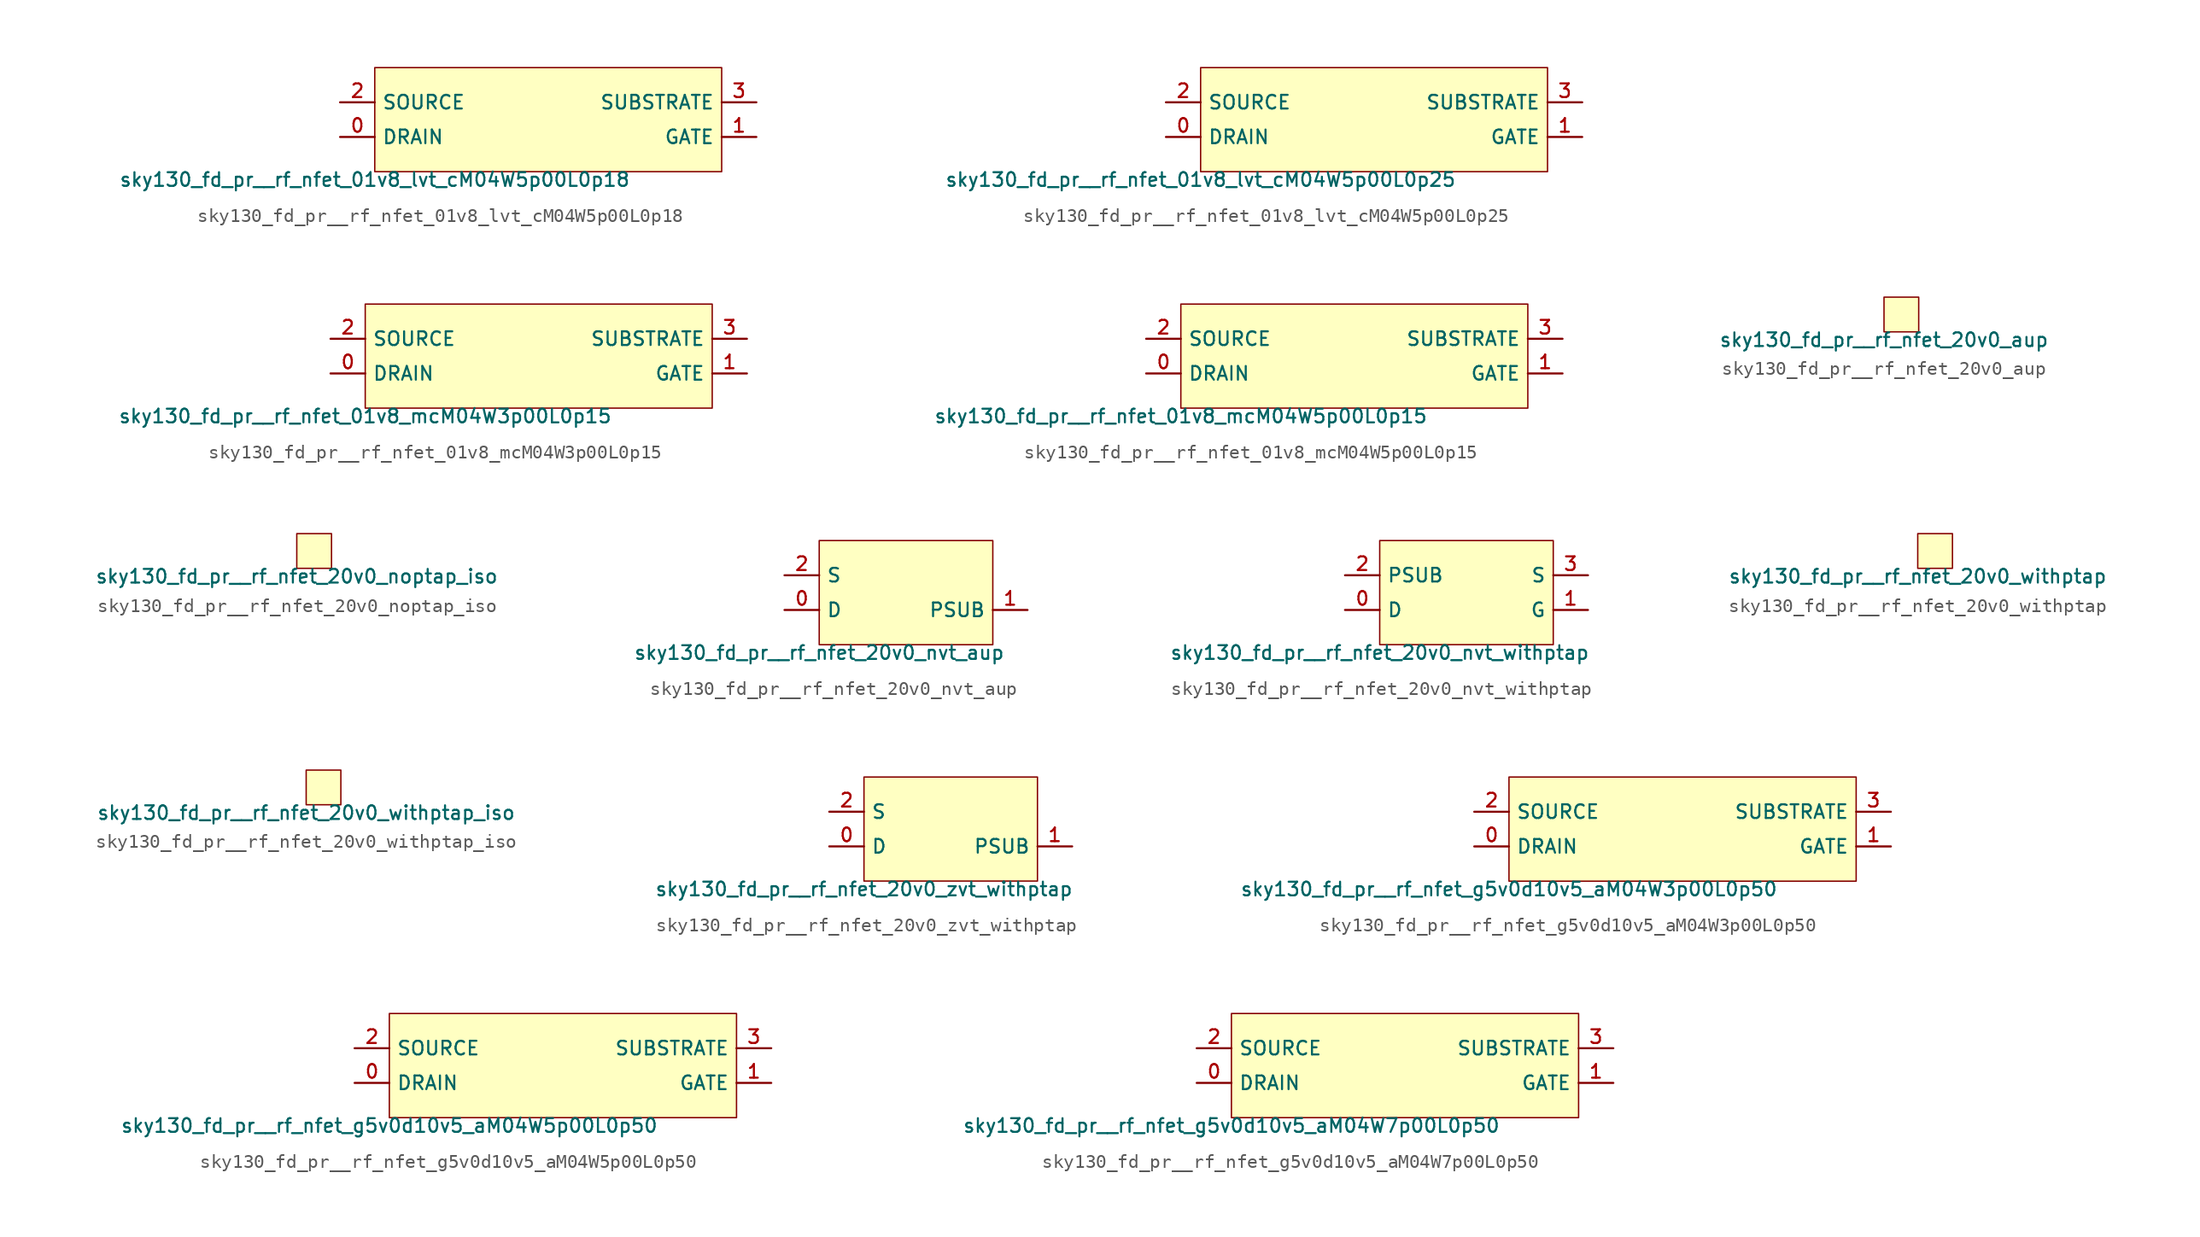
<source format=kicad_sym>
(kicad_symbol_lib
  (version 20211014)
  (generator lef2kicad_sym)
  (symbol "sky130_fd_pr__rf_nfet_01v8_lvt_cM04W5p00L0p18"
    (property "Reference" "X"
      (at 0 0 0)
      (effects (font (size 1 1)) hide))
    (property "Value" "sky130_fd_pr__rf_nfet_01v8_lvt_cM04W5p00L0p18"
      (at -12.7 -3.81 0)
      (effects (font (size 1 1)) (justify top)))
    (rectangle
      (start -12.7 -3.81)
      (end 12.7 3.81)
      (stroke (width 0.1) (type solid) (color 0 0 0 0))
      (fill (type background)))
    (pin bidirectional line
      (at -15.24 -1.27 0)
      (length 2.54)
      (name "DRAIN" (effects (font (size 1 1)) hide))
      (number "0" (effects (font (size 1 1)) hide)))
    (pin bidirectional line
      (at 15.24 -1.27 180)
      (length 2.54)
      (name "GATE" (effects (font (size 1 1)) hide))
      (number "1" (effects (font (size 1 1)) hide)))
    (pin bidirectional line
      (at -15.24 1.27 0)
      (length 2.54)
      (name "SOURCE" (effects (font (size 1 1)) hide))
      (number "2" (effects (font (size 1 1)) hide)))
    (pin bidirectional line
      (at 15.24 1.27 180)
      (length 2.54)
      (name "SUBSTRATE" (effects (font (size 1 1)) hide))
      (number "3" (effects (font (size 1 1)) hide))))
  (symbol "sky130_fd_pr__rf_nfet_01v8_lvt_cM04W5p00L0p25"
    (property "Reference" "X"
      (at 0 0 0)
      (effects (font (size 1 1)) hide))
    (property "Value" "sky130_fd_pr__rf_nfet_01v8_lvt_cM04W5p00L0p25"
      (at -12.7 -3.81 0)
      (effects (font (size 1 1)) (justify top)))
    (rectangle
      (start -12.7 -3.81)
      (end 12.7 3.81)
      (stroke (width 0.1) (type solid) (color 0 0 0 0))
      (fill (type background)))
    (pin bidirectional line
      (at -15.24 -1.27 0)
      (length 2.54)
      (name "DRAIN" (effects (font (size 1 1)) hide))
      (number "0" (effects (font (size 1 1)) hide)))
    (pin bidirectional line
      (at 15.24 -1.27 180)
      (length 2.54)
      (name "GATE" (effects (font (size 1 1)) hide))
      (number "1" (effects (font (size 1 1)) hide)))
    (pin bidirectional line
      (at -15.24 1.27 0)
      (length 2.54)
      (name "SOURCE" (effects (font (size 1 1)) hide))
      (number "2" (effects (font (size 1 1)) hide)))
    (pin bidirectional line
      (at 15.24 1.27 180)
      (length 2.54)
      (name "SUBSTRATE" (effects (font (size 1 1)) hide))
      (number "3" (effects (font (size 1 1)) hide))))
  (symbol "sky130_fd_pr__rf_nfet_01v8_mcM04W3p00L0p15"
    (property "Reference" "X"
      (at 0 0 0)
      (effects (font (size 1 1)) hide))
    (property "Value" "sky130_fd_pr__rf_nfet_01v8_mcM04W3p00L0p15"
      (at -12.7 -3.81 0)
      (effects (font (size 1 1)) (justify top)))
    (rectangle
      (start -12.7 -3.81)
      (end 12.7 3.81)
      (stroke (width 0.1) (type solid) (color 0 0 0 0))
      (fill (type background)))
    (pin bidirectional line
      (at -15.24 -1.27 0)
      (length 2.54)
      (name "DRAIN" (effects (font (size 1 1)) hide))
      (number "0" (effects (font (size 1 1)) hide)))
    (pin bidirectional line
      (at 15.24 -1.27 180)
      (length 2.54)
      (name "GATE" (effects (font (size 1 1)) hide))
      (number "1" (effects (font (size 1 1)) hide)))
    (pin bidirectional line
      (at -15.24 1.27 0)
      (length 2.54)
      (name "SOURCE" (effects (font (size 1 1)) hide))
      (number "2" (effects (font (size 1 1)) hide)))
    (pin bidirectional line
      (at 15.24 1.27 180)
      (length 2.54)
      (name "SUBSTRATE" (effects (font (size 1 1)) hide))
      (number "3" (effects (font (size 1 1)) hide))))
  (symbol "sky130_fd_pr__rf_nfet_01v8_mcM04W5p00L0p15"
    (property "Reference" "X"
      (at 0 0 0)
      (effects (font (size 1 1)) hide))
    (property "Value" "sky130_fd_pr__rf_nfet_01v8_mcM04W5p00L0p15"
      (at -12.7 -3.81 0)
      (effects (font (size 1 1)) (justify top)))
    (rectangle
      (start -12.7 -3.81)
      (end 12.7 3.81)
      (stroke (width 0.1) (type solid) (color 0 0 0 0))
      (fill (type background)))
    (pin bidirectional line
      (at -15.24 -1.27 0)
      (length 2.54)
      (name "DRAIN" (effects (font (size 1 1)) hide))
      (number "0" (effects (font (size 1 1)) hide)))
    (pin bidirectional line
      (at 15.24 -1.27 180)
      (length 2.54)
      (name "GATE" (effects (font (size 1 1)) hide))
      (number "1" (effects (font (size 1 1)) hide)))
    (pin bidirectional line
      (at -15.24 1.27 0)
      (length 2.54)
      (name "SOURCE" (effects (font (size 1 1)) hide))
      (number "2" (effects (font (size 1 1)) hide)))
    (pin bidirectional line
      (at 15.24 1.27 180)
      (length 2.54)
      (name "SUBSTRATE" (effects (font (size 1 1)) hide))
      (number "3" (effects (font (size 1 1)) hide))))
  (symbol "sky130_fd_pr__rf_nfet_20v0_aup"
    (property "Reference" "X"
      (at 0 0 0)
      (effects (font (size 1 1)) hide))
    (property "Value" "sky130_fd_pr__rf_nfet_20v0_aup"
      (at -1.27 -1.27 0)
      (effects (font (size 1 1)) (justify top)))
    (rectangle
      (start -1.27 -1.27)
      (end 1.27 1.27)
      (stroke (width 0.1) (type solid) (color 0 0 0 0))
      (fill (type background))))
  (symbol "sky130_fd_pr__rf_nfet_20v0_noptap_iso"
    (property "Reference" "X"
      (at 0 0 0)
      (effects (font (size 1 1)) hide))
    (property "Value" "sky130_fd_pr__rf_nfet_20v0_noptap_iso"
      (at -1.27 -1.27 0)
      (effects (font (size 1 1)) (justify top)))
    (rectangle
      (start -1.27 -1.27)
      (end 1.27 1.27)
      (stroke (width 0.1) (type solid) (color 0 0 0 0))
      (fill (type background))))
  (symbol "sky130_fd_pr__rf_nfet_20v0_nvt_aup"
    (property "Reference" "X"
      (at 0 0 0)
      (effects (font (size 1 1)) hide))
    (property "Value" "sky130_fd_pr__rf_nfet_20v0_nvt_aup"
      (at -6.35 -3.81 0)
      (effects (font (size 1 1)) (justify top)))
    (rectangle
      (start -6.35 -3.81)
      (end 6.35 3.81)
      (stroke (width 0.1) (type solid) (color 0 0 0 0))
      (fill (type background)))
    (pin bidirectional line
      (at -8.89 -1.27 0)
      (length 2.54)
      (name "D" (effects (font (size 1 1)) hide))
      (number "0" (effects (font (size 1 1)) hide)))
    (pin bidirectional line
      (at 8.89 -1.27 180)
      (length 2.54)
      (name "PSUB" (effects (font (size 1 1)) hide))
      (number "1" (effects (font (size 1 1)) hide)))
    (pin bidirectional line
      (at -8.89 1.27 0)
      (length 2.54)
      (name "S" (effects (font (size 1 1)) hide))
      (number "2" (effects (font (size 1 1)) hide))))
  (symbol "sky130_fd_pr__rf_nfet_20v0_nvt_withptap"
    (property "Reference" "X"
      (at 0 0 0)
      (effects (font (size 1 1)) hide))
    (property "Value" "sky130_fd_pr__rf_nfet_20v0_nvt_withptap"
      (at -6.35 -3.81 0)
      (effects (font (size 1 1)) (justify top)))
    (rectangle
      (start -6.35 -3.81)
      (end 6.35 3.81)
      (stroke (width 0.1) (type solid) (color 0 0 0 0))
      (fill (type background)))
    (pin bidirectional line
      (at -8.89 -1.27 0)
      (length 2.54)
      (name "D" (effects (font (size 1 1)) hide))
      (number "0" (effects (font (size 1 1)) hide)))
    (pin bidirectional line
      (at 8.89 -1.27 180)
      (length 2.54)
      (name "G" (effects (font (size 1 1)) hide))
      (number "1" (effects (font (size 1 1)) hide)))
    (pin bidirectional line
      (at -8.89 1.27 0)
      (length 2.54)
      (name "PSUB" (effects (font (size 1 1)) hide))
      (number "2" (effects (font (size 1 1)) hide)))
    (pin bidirectional line
      (at 8.89 1.27 180)
      (length 2.54)
      (name "S" (effects (font (size 1 1)) hide))
      (number "3" (effects (font (size 1 1)) hide))))
  (symbol "sky130_fd_pr__rf_nfet_20v0_withptap"
    (property "Reference" "X"
      (at 0 0 0)
      (effects (font (size 1 1)) hide))
    (property "Value" "sky130_fd_pr__rf_nfet_20v0_withptap"
      (at -1.27 -1.27 0)
      (effects (font (size 1 1)) (justify top)))
    (rectangle
      (start -1.27 -1.27)
      (end 1.27 1.27)
      (stroke (width 0.1) (type solid) (color 0 0 0 0))
      (fill (type background))))
  (symbol "sky130_fd_pr__rf_nfet_20v0_withptap_iso"
    (property "Reference" "X"
      (at 0 0 0)
      (effects (font (size 1 1)) hide))
    (property "Value" "sky130_fd_pr__rf_nfet_20v0_withptap_iso"
      (at -1.27 -1.27 0)
      (effects (font (size 1 1)) (justify top)))
    (rectangle
      (start -1.27 -1.27)
      (end 1.27 1.27)
      (stroke (width 0.1) (type solid) (color 0 0 0 0))
      (fill (type background))))
  (symbol "sky130_fd_pr__rf_nfet_20v0_zvt_withptap"
    (property "Reference" "X"
      (at 0 0 0)
      (effects (font (size 1 1)) hide))
    (property "Value" "sky130_fd_pr__rf_nfet_20v0_zvt_withptap"
      (at -6.35 -3.81 0)
      (effects (font (size 1 1)) (justify top)))
    (rectangle
      (start -6.35 -3.81)
      (end 6.35 3.81)
      (stroke (width 0.1) (type solid) (color 0 0 0 0))
      (fill (type background)))
    (pin bidirectional line
      (at -8.89 -1.27 0)
      (length 2.54)
      (name "D" (effects (font (size 1 1)) hide))
      (number "0" (effects (font (size 1 1)) hide)))
    (pin bidirectional line
      (at 8.89 -1.27 180)
      (length 2.54)
      (name "PSUB" (effects (font (size 1 1)) hide))
      (number "1" (effects (font (size 1 1)) hide)))
    (pin bidirectional line
      (at -8.89 1.27 0)
      (length 2.54)
      (name "S" (effects (font (size 1 1)) hide))
      (number "2" (effects (font (size 1 1)) hide))))
  (symbol "sky130_fd_pr__rf_nfet_g5v0d10v5_aM04W3p00L0p50"
    (property "Reference" "X"
      (at 0 0 0)
      (effects (font (size 1 1)) hide))
    (property "Value" "sky130_fd_pr__rf_nfet_g5v0d10v5_aM04W3p00L0p50"
      (at -12.7 -3.81 0)
      (effects (font (size 1 1)) (justify top)))
    (rectangle
      (start -12.7 -3.81)
      (end 12.7 3.81)
      (stroke (width 0.1) (type solid) (color 0 0 0 0))
      (fill (type background)))
    (pin bidirectional line
      (at -15.24 -1.27 0)
      (length 2.54)
      (name "DRAIN" (effects (font (size 1 1)) hide))
      (number "0" (effects (font (size 1 1)) hide)))
    (pin bidirectional line
      (at 15.24 -1.27 180)
      (length 2.54)
      (name "GATE" (effects (font (size 1 1)) hide))
      (number "1" (effects (font (size 1 1)) hide)))
    (pin bidirectional line
      (at -15.24 1.27 0)
      (length 2.54)
      (name "SOURCE" (effects (font (size 1 1)) hide))
      (number "2" (effects (font (size 1 1)) hide)))
    (pin bidirectional line
      (at 15.24 1.27 180)
      (length 2.54)
      (name "SUBSTRATE" (effects (font (size 1 1)) hide))
      (number "3" (effects (font (size 1 1)) hide))))
  (symbol "sky130_fd_pr__rf_nfet_g5v0d10v5_aM04W5p00L0p50"
    (property "Reference" "X"
      (at 0 0 0)
      (effects (font (size 1 1)) hide))
    (property "Value" "sky130_fd_pr__rf_nfet_g5v0d10v5_aM04W5p00L0p50"
      (at -12.7 -3.81 0)
      (effects (font (size 1 1)) (justify top)))
    (rectangle
      (start -12.7 -3.81)
      (end 12.7 3.81)
      (stroke (width 0.1) (type solid) (color 0 0 0 0))
      (fill (type background)))
    (pin bidirectional line
      (at -15.24 -1.27 0)
      (length 2.54)
      (name "DRAIN" (effects (font (size 1 1)) hide))
      (number "0" (effects (font (size 1 1)) hide)))
    (pin bidirectional line
      (at 15.24 -1.27 180)
      (length 2.54)
      (name "GATE" (effects (font (size 1 1)) hide))
      (number "1" (effects (font (size 1 1)) hide)))
    (pin bidirectional line
      (at -15.24 1.27 0)
      (length 2.54)
      (name "SOURCE" (effects (font (size 1 1)) hide))
      (number "2" (effects (font (size 1 1)) hide)))
    (pin bidirectional line
      (at 15.24 1.27 180)
      (length 2.54)
      (name "SUBSTRATE" (effects (font (size 1 1)) hide))
      (number "3" (effects (font (size 1 1)) hide))))
  (symbol "sky130_fd_pr__rf_nfet_g5v0d10v5_aM04W7p00L0p50"
    (property "Reference" "X"
      (at 0 0 0)
      (effects (font (size 1 1)) hide))
    (property "Value" "sky130_fd_pr__rf_nfet_g5v0d10v5_aM04W7p00L0p50"
      (at -12.7 -3.81 0)
      (effects (font (size 1 1)) (justify top)))
    (rectangle
      (start -12.7 -3.81)
      (end 12.7 3.81)
      (stroke (width 0.1) (type solid) (color 0 0 0 0))
      (fill (type background)))
    (pin bidirectional line
      (at -15.24 -1.27 0)
      (length 2.54)
      (name "DRAIN" (effects (font (size 1 1)) hide))
      (number "0" (effects (font (size 1 1)) hide)))
    (pin bidirectional line
      (at 15.24 -1.27 180)
      (length 2.54)
      (name "GATE" (effects (font (size 1 1)) hide))
      (number "1" (effects (font (size 1 1)) hide)))
    (pin bidirectional line
      (at -15.24 1.27 0)
      (length 2.54)
      (name "SOURCE" (effects (font (size 1 1)) hide))
      (number "2" (effects (font (size 1 1)) hide)))
    (pin bidirectional line
      (at 15.24 1.27 180)
      (length 2.54)
      (name "SUBSTRATE" (effects (font (size 1 1)) hide))
      (number "3" (effects (font (size 1 1)) hide)))))
</source>
